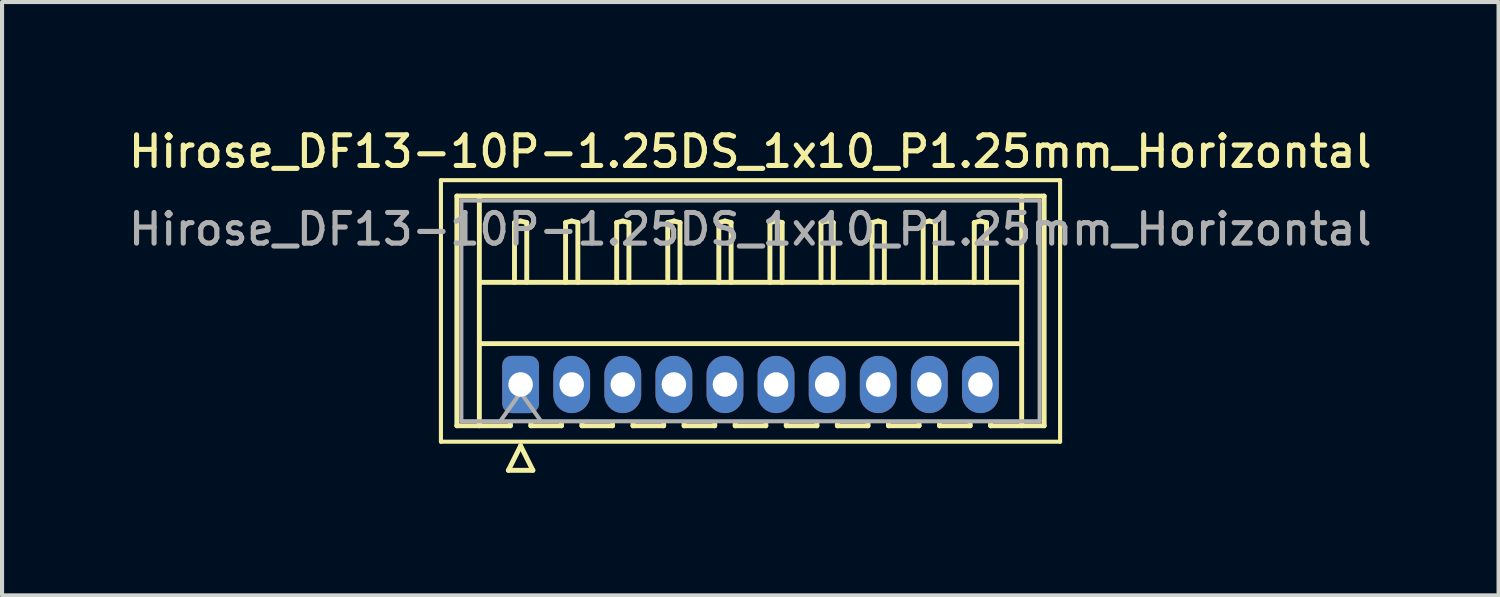
<source format=kicad_pcb>
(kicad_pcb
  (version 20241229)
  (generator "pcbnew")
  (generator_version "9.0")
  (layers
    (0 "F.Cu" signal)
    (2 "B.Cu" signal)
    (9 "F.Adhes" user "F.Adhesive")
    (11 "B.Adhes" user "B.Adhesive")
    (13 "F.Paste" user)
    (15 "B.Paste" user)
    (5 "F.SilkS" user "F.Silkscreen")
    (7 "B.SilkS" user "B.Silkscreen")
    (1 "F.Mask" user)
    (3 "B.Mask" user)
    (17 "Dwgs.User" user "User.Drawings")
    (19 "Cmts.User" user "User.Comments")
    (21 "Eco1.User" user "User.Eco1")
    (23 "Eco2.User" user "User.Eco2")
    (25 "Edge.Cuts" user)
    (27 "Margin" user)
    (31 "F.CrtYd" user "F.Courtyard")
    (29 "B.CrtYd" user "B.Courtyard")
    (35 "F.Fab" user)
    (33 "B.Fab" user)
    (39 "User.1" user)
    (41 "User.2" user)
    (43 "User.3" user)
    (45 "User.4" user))
  (footprint "Hirose_DF13-10P-1.25DS_1x10_P1.25mm_Horizontal"
    (layer "F.Cu")
    (at 9.689 6.358)
    (property "Reference" "Hirose_DF13-10P-1.25DS_1x10_P1.25mm_Horizontal" (at 5.62 -5.7 0) (layer "F.SilkS") (effects (font (size 0.75 0.75) (thickness 0.125))))
    (attr through_hole)
    (fp_line (start -1.95 -5) (end -1.95 1.4) (stroke (width 0.1) (type solid)) (layer "F.SilkS"))
    (fp_line (start -1.95 1.4) (end 13.2 1.4) (stroke (width 0.1) (type solid)) (layer "F.SilkS"))
    (fp_line (start -1.56 -4.61) (end 12.81 -4.61) (stroke (width 0.12) (type solid)) (layer "F.SilkS"))
    (fp_line (start -1.56 1.01) (end -1.56 -4.61) (stroke (width 0.12) (type solid)) (layer "F.SilkS"))
    (fp_line (start -1.01 -4.61) (end -1.01 1.01) (stroke (width 0.12) (type solid)) (layer "F.SilkS"))
    (fp_line (start -1.01 -2.5) (end 12.26 -2.5) (stroke (width 0.12) (type solid)) (layer "F.SilkS"))
    (fp_line (start -1.01 -1) (end 12.26 -1) (stroke (width 0.12) (type solid)) (layer "F.SilkS"))
    (fp_line (start -0.3 2.1) (end 0.3 2.1) (stroke (width 0.12) (type solid)) (layer "F.SilkS"))
    (fp_line (start -0.25 0.96) (end -0.25 1.01) (stroke (width 0.12) (type solid)) (layer "F.SilkS"))
    (fp_line (start -0.25 1.01) (end -1.56 1.01) (stroke (width 0.12) (type solid)) (layer "F.SilkS"))
    (fp_line (start -0.15 -3.962) (end 0 -4) (stroke (width 0.12) (type solid)) (layer "F.SilkS"))
    (fp_line (start -0.15 -2.5) (end -0.15 -3.962) (stroke (width 0.12) (type solid)) (layer "F.SilkS"))
    (fp_line (start 0 -4) (end 0.15 -3.962) (stroke (width 0.12) (type solid)) (layer "F.SilkS"))
    (fp_line (start 0 1.5) (end -0.3 2.1) (stroke (width 0.12) (type solid)) (layer "F.SilkS"))
    (fp_line (start 0.15 -3.962) (end 0.15 -2.5) (stroke (width 0.12) (type solid)) (layer "F.SilkS"))
    (fp_line (start 0.25 0.96) (end 0.25 1.01) (stroke (width 0.12) (type solid)) (layer "F.SilkS"))
    (fp_line (start 0.25 1.01) (end 1 1.01) (stroke (width 0.12) (type solid)) (layer "F.SilkS"))
    (fp_line (start 0.3 2.1) (end 0 1.5) (stroke (width 0.12) (type solid)) (layer "F.SilkS"))
    (fp_line (start 1 1.01) (end 1 0.96) (stroke (width 0.12) (type solid)) (layer "F.SilkS"))
    (fp_line (start 1.1 -3.962) (end 1.25 -4) (stroke (width 0.12) (type solid)) (layer "F.SilkS"))
    (fp_line (start 1.1 -2.5) (end 1.1 -3.962) (stroke (width 0.12) (type solid)) (layer "F.SilkS"))
    (fp_line (start 1.25 -4) (end 1.4 -3.962) (stroke (width 0.12) (type solid)) (layer "F.SilkS"))
    (fp_line (start 1.4 -3.962) (end 1.4 -2.5) (stroke (width 0.12) (type solid)) (layer "F.SilkS"))
    (fp_line (start 1.5 0.96) (end 1.5 1.01) (stroke (width 0.12) (type solid)) (layer "F.SilkS"))
    (fp_line (start 1.5 1.01) (end 2.25 1.01) (stroke (width 0.12) (type solid)) (layer "F.SilkS"))
    (fp_line (start 2.25 1.01) (end 2.25 0.96) (stroke (width 0.12) (type solid)) (layer "F.SilkS"))
    (fp_line (start 2.35 -3.962) (end 2.5 -4) (stroke (width 0.12) (type solid)) (layer "F.SilkS"))
    (fp_line (start 2.35 -2.5) (end 2.35 -3.962) (stroke (width 0.12) (type solid)) (layer "F.SilkS"))
    (fp_line (start 2.5 -4) (end 2.65 -3.962) (stroke (width 0.12) (type solid)) (layer "F.SilkS"))
    (fp_line (start 2.65 -3.962) (end 2.65 -2.5) (stroke (width 0.12) (type solid)) (layer "F.SilkS"))
    (fp_line (start 2.75 0.96) (end 2.75 1.01) (stroke (width 0.12) (type solid)) (layer "F.SilkS"))
    (fp_line (start 2.75 1.01) (end 3.5 1.01) (stroke (width 0.12) (type solid)) (layer "F.SilkS"))
    (fp_line (start 3.5 1.01) (end 3.5 0.96) (stroke (width 0.12) (type solid)) (layer "F.SilkS"))
    (fp_line (start 3.6 -3.962) (end 3.75 -4) (stroke (width 0.12) (type solid)) (layer "F.SilkS"))
    (fp_line (start 3.6 -2.5) (end 3.6 -3.962) (stroke (width 0.12) (type solid)) (layer "F.SilkS"))
    (fp_line (start 3.75 -4) (end 3.9 -3.962) (stroke (width 0.12) (type solid)) (layer "F.SilkS"))
    (fp_line (start 3.9 -3.962) (end 3.9 -2.5) (stroke (width 0.12) (type solid)) (layer "F.SilkS"))
    (fp_line (start 4 0.96) (end 4 1.01) (stroke (width 0.12) (type solid)) (layer "F.SilkS"))
    (fp_line (start 4 1.01) (end 4.75 1.01) (stroke (width 0.12) (type solid)) (layer "F.SilkS"))
    (fp_line (start 4.75 1.01) (end 4.75 0.96) (stroke (width 0.12) (type solid)) (layer "F.SilkS"))
    (fp_line (start 4.85 -3.962) (end 5 -4) (stroke (width 0.12) (type solid)) (layer "F.SilkS"))
    (fp_line (start 4.85 -2.5) (end 4.85 -3.962) (stroke (width 0.12) (type solid)) (layer "F.SilkS"))
    (fp_line (start 5 -4) (end 5.15 -3.962) (stroke (width 0.12) (type solid)) (layer "F.SilkS"))
    (fp_line (start 5.15 -3.962) (end 5.15 -2.5) (stroke (width 0.12) (type solid)) (layer "F.SilkS"))
    (fp_line (start 5.25 0.96) (end 5.25 1.01) (stroke (width 0.12) (type solid)) (layer "F.SilkS"))
    (fp_line (start 5.25 1.01) (end 6 1.01) (stroke (width 0.12) (type solid)) (layer "F.SilkS"))
    (fp_line (start 6 1.01) (end 6 0.96) (stroke (width 0.12) (type solid)) (layer "F.SilkS"))
    (fp_line (start 6.1 -3.962) (end 6.25 -4) (stroke (width 0.12) (type solid)) (layer "F.SilkS"))
    (fp_line (start 6.1 -2.5) (end 6.1 -3.962) (stroke (width 0.12) (type solid)) (layer "F.SilkS"))
    (fp_line (start 6.25 -4) (end 6.4 -3.962) (stroke (width 0.12) (type solid)) (layer "F.SilkS"))
    (fp_line (start 6.4 -3.962) (end 6.4 -2.5) (stroke (width 0.12) (type solid)) (layer "F.SilkS"))
    (fp_line (start 6.5 0.96) (end 6.5 1.01) (stroke (width 0.12) (type solid)) (layer "F.SilkS"))
    (fp_line (start 6.5 1.01) (end 7.25 1.01) (stroke (width 0.12) (type solid)) (layer "F.SilkS"))
    (fp_line (start 7.25 1.01) (end 7.25 0.96) (stroke (width 0.12) (type solid)) (layer "F.SilkS"))
    (fp_line (start 7.35 -3.962) (end 7.5 -4) (stroke (width 0.12) (type solid)) (layer "F.SilkS"))
    (fp_line (start 7.35 -2.5) (end 7.35 -3.962) (stroke (width 0.12) (type solid)) (layer "F.SilkS"))
    (fp_line (start 7.5 -4) (end 7.65 -3.962) (stroke (width 0.12) (type solid)) (layer "F.SilkS"))
    (fp_line (start 7.65 -3.962) (end 7.65 -2.5) (stroke (width 0.12) (type solid)) (layer "F.SilkS"))
    (fp_line (start 7.75 0.96) (end 7.75 1.01) (stroke (width 0.12) (type solid)) (layer "F.SilkS"))
    (fp_line (start 7.75 1.01) (end 8.5 1.01) (stroke (width 0.12) (type solid)) (layer "F.SilkS"))
    (fp_line (start 8.5 1.01) (end 8.5 0.96) (stroke (width 0.12) (type solid)) (layer "F.SilkS"))
    (fp_line (start 8.6 -3.962) (end 8.75 -4) (stroke (width 0.12) (type solid)) (layer "F.SilkS"))
    (fp_line (start 8.6 -2.5) (end 8.6 -3.962) (stroke (width 0.12) (type solid)) (layer "F.SilkS"))
    (fp_line (start 8.75 -4) (end 8.9 -3.962) (stroke (width 0.12) (type solid)) (layer "F.SilkS"))
    (fp_line (start 8.9 -3.962) (end 8.9 -2.5) (stroke (width 0.12) (type solid)) (layer "F.SilkS"))
    (fp_line (start 9 0.96) (end 9 1.01) (stroke (width 0.12) (type solid)) (layer "F.SilkS"))
    (fp_line (start 9 1.01) (end 9.75 1.01) (stroke (width 0.12) (type solid)) (layer "F.SilkS"))
    (fp_line (start 9.75 1.01) (end 9.75 0.96) (stroke (width 0.12) (type solid)) (layer "F.SilkS"))
    (fp_line (start 9.85 -3.962) (end 10 -4) (stroke (width 0.12) (type solid)) (layer "F.SilkS"))
    (fp_line (start 9.85 -2.5) (end 9.85 -3.962) (stroke (width 0.12) (type solid)) (layer "F.SilkS"))
    (fp_line (start 10 -4) (end 10.15 -3.962) (stroke (width 0.12) (type solid)) (layer "F.SilkS"))
    (fp_line (start 10.15 -3.962) (end 10.15 -2.5) (stroke (width 0.12) (type solid)) (layer "F.SilkS"))
    (fp_line (start 10.25 0.96) (end 10.25 1.01) (stroke (width 0.12) (type solid)) (layer "F.SilkS"))
    (fp_line (start 10.25 1.01) (end 11 1.01) (stroke (width 0.12) (type solid)) (layer "F.SilkS"))
    (fp_line (start 11 1.01) (end 11 0.96) (stroke (width 0.12) (type solid)) (layer "F.SilkS"))
    (fp_line (start 11.1 -3.962) (end 11.25 -4) (stroke (width 0.12) (type solid)) (layer "F.SilkS"))
    (fp_line (start 11.1 -2.5) (end 11.1 -3.962) (stroke (width 0.12) (type solid)) (layer "F.SilkS"))
    (fp_line (start 11.25 -4) (end 11.4 -3.962) (stroke (width 0.12) (type solid)) (layer "F.SilkS"))
    (fp_line (start 11.4 -3.962) (end 11.4 -2.5) (stroke (width 0.12) (type solid)) (layer "F.SilkS"))
    (fp_line (start 11.5 1.01) (end 11.5 0.96) (stroke (width 0.12) (type solid)) (layer "F.SilkS"))
    (fp_line (start 12.26 -4.61) (end 12.26 1.01) (stroke (width 0.12) (type solid)) (layer "F.SilkS"))
    (fp_line (start 12.81 -4.61) (end 12.81 1.01) (stroke (width 0.12) (type solid)) (layer "F.SilkS"))
    (fp_line (start 12.81 1.01) (end 11.5 1.01) (stroke (width 0.12) (type solid)) (layer "F.SilkS"))
    (fp_line (start 13.2 -5) (end -1.95 -5) (stroke (width 0.1) (type solid)) (layer "F.SilkS"))
    (fp_line (start 13.2 1.4) (end 13.2 -5) (stroke (width 0.1) (type solid)) (layer "F.SilkS"))
    (fp_line (start -1.45 -4.5) (end -1.45 0.9) (stroke (width 0.1) (type solid)) (layer "F.Fab"))
    (fp_line (start -1.45 0.9) (end 12.7 0.9) (stroke (width 0.1) (type solid)) (layer "F.Fab"))
    (fp_line (start -0.5 0.9) (end 0 0.193) (stroke (width 0.1) (type solid)) (layer "F.Fab"))
    (fp_line (start 0 0.193) (end 0.5 0.9) (stroke (width 0.1) (type solid)) (layer "F.Fab"))
    (fp_line (start 12.7 -4.5) (end -1.45 -4.5) (stroke (width 0.1) (type solid)) (layer "F.Fab"))
    (fp_line (start 12.7 0.9) (end 12.7 -4.5) (stroke (width 0.1) (type solid)) (layer "F.Fab"))
    (fp_text user "${REFERENCE}" (at 5.62 -3.8 0) (layer "F.Fab") (effects (font (size 0.75 0.75) (thickness 0.125))))
    (pad "1" thru_hole roundrect (at 0 0) (size 0.9 1.4) (drill 0.6) (layers "*.Cu" "*.Mask") (roundrect_rratio 0.25))
    (pad "2" thru_hole oval (at 1.25 0) (size 0.9 1.4) (drill 0.6) (layers "*.Cu" "*.Mask"))
    (pad "3" thru_hole oval (at 2.5 0) (size 0.9 1.4) (drill 0.6) (layers "*.Cu" "*.Mask"))
    (pad "4" thru_hole oval (at 3.75 0) (size 0.9 1.4) (drill 0.6) (layers "*.Cu" "*.Mask"))
    (pad "5" thru_hole oval (at 5 0) (size 0.9 1.4) (drill 0.6) (layers "*.Cu" "*.Mask"))
    (pad "6" thru_hole oval (at 6.25 0) (size 0.9 1.4) (drill 0.6) (layers "*.Cu" "*.Mask"))
    (pad "7" thru_hole oval (at 7.5 0) (size 0.9 1.4) (drill 0.6) (layers "*.Cu" "*.Mask"))
    (pad "8" thru_hole oval (at 8.75 0) (size 0.9 1.4) (drill 0.6) (layers "*.Cu" "*.Mask"))
    (pad "9" thru_hole oval (at 10 0) (size 0.9 1.4) (drill 0.6) (layers "*.Cu" "*.Mask"))
    (pad "10" thru_hole oval (at 11.25 0) (size 0.9 1.4) (drill 0.6) (layers "*.Cu" "*.Mask")))
  (gr_rect
    (start -3 -3)
    (end 33.618 11.518)
    (stroke (width 0.1) (type default))
    (fill no)
    (layer "Edge.Cuts")))
</source>
